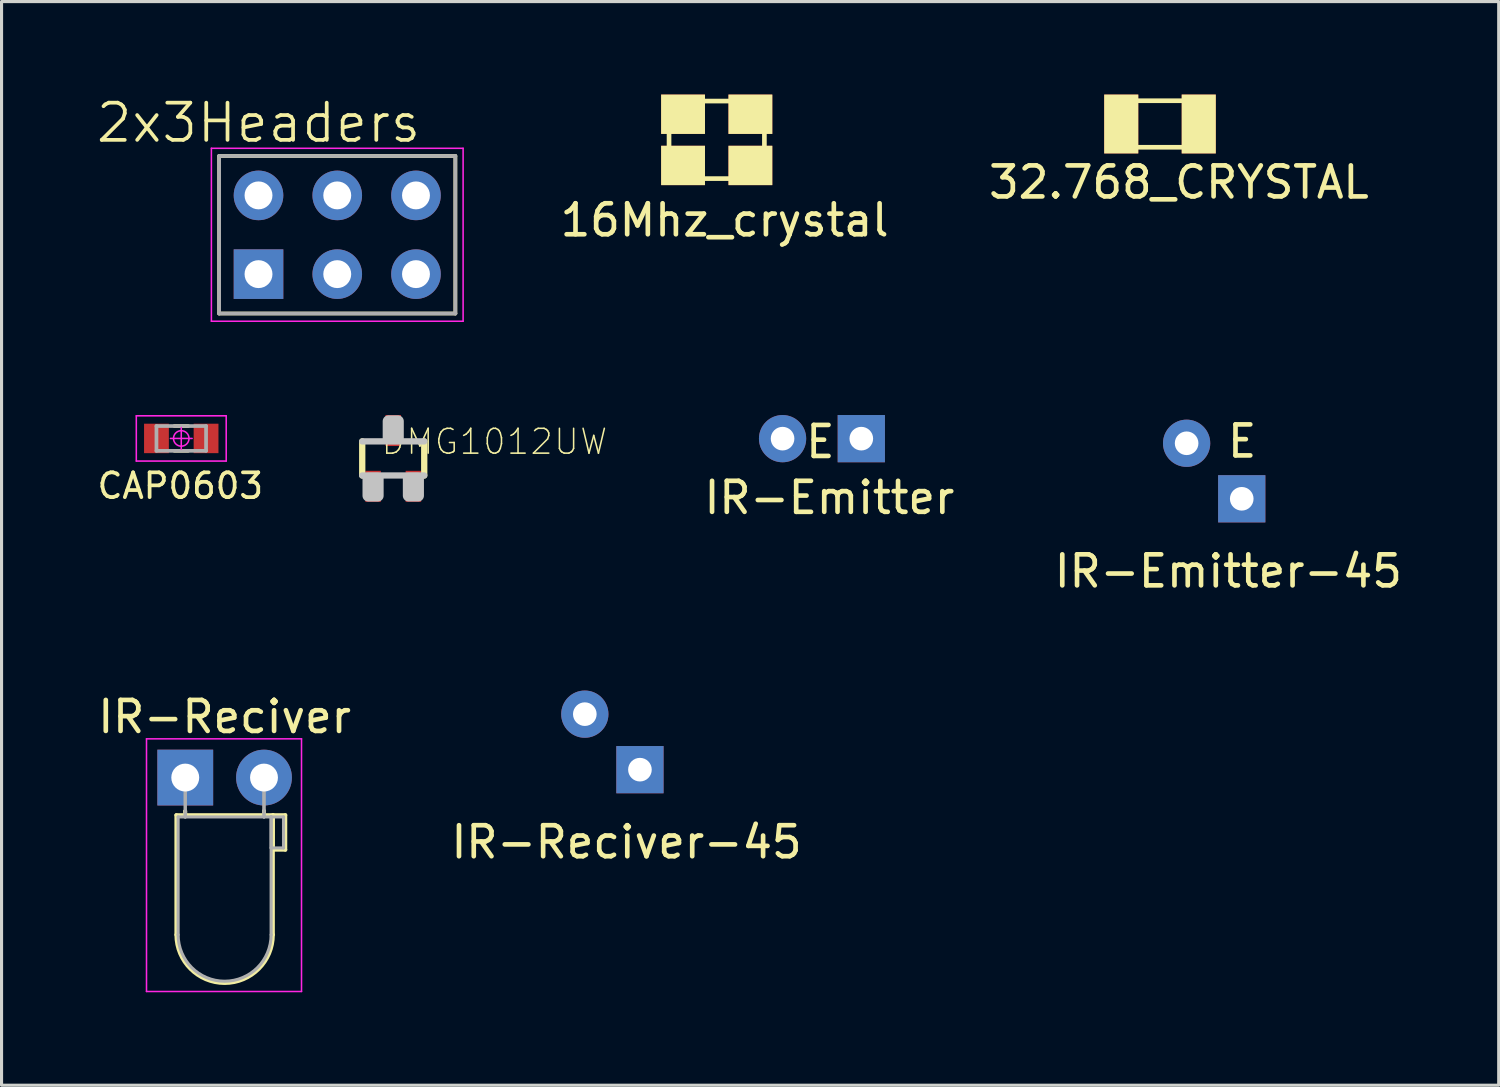
<source format=kicad_pcb>
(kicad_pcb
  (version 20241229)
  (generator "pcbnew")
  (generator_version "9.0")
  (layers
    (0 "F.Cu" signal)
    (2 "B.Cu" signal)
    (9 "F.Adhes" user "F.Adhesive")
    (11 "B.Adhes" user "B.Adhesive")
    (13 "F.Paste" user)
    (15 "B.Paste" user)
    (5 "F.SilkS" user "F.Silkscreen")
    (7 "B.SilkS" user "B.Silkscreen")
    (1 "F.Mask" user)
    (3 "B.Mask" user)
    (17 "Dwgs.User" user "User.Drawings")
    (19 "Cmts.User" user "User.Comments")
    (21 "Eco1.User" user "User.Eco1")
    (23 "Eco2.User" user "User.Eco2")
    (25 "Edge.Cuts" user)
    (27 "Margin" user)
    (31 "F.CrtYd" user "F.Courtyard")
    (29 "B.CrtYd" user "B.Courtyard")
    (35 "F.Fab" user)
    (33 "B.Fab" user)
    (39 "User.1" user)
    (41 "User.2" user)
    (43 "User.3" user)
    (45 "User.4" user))
  (footprint "16Mhz_crystal"
    (layer "F.Cu")
    (at 20.07 1.461)
    (property "Reference" "16Mhz_crystal" (at 0.254 2.591 0) (layer "F.SilkS") (effects (font (size 1 1) (thickness 0.15))))
    (attr through_hole)
    (fp_line (start -1.6 -1.25) (end 1.6 -1.25) (stroke (width 0.15) (type solid)) (layer "F.SilkS"))
    (fp_line (start -1.538 1.25) (end -1.538 -1.25) (stroke (width 0.15) (type solid)) (layer "F.SilkS"))
    (fp_line (start 1.538 -1.25) (end 1.538 1.25) (stroke (width 0.15) (type solid)) (layer "F.SilkS"))
    (fp_line (start 1.6 1.25) (end -1.6 1.25) (stroke (width 0.15) (type solid)) (layer "F.SilkS"))
    (pad "1" smd rect (at 1.086 -0.826) (size 1.415 1.27) (layers "F.Cu" "F.Mask" "F.SilkS" "F.Paste"))
    (pad "2" smd rect (at -1.086 -0.826) (size 1.415 1.27) (layers "F.Cu" "F.Mask" "F.SilkS" "F.Paste"))
    (pad "2" smd rect (at 1.086 0.826) (size 1.415 1.27) (layers "F.Cu" "F.Mask" "F.SilkS" "F.Paste"))
    (pad "3" smd rect (at -1.086 0.826) (size 1.415 1.27) (layers "F.Cu" "F.Mask" "F.SilkS" "F.Paste")))
  (footprint "2x3Headers"
    (layer "F.Cu")
    (at 5.289 5.793)
    (property "Reference" "2x3Headers" (at 0 -4.88 0) (layer "F.SilkS") (effects (font (size 1.2 1.2) (thickness 0.12))))
    (attr through_hole)
    (fp_line (start -1.27 -3.81) (end 6.35 -3.81) (stroke (width 0.12) (type solid)) (layer "F.SilkS"))
    (fp_line (start -1.27 1.27) (end -1.27 -3.81) (stroke (width 0.12) (type solid)) (layer "F.SilkS"))
    (fp_line (start 6.35 -3.81) (end 6.35 1.27) (stroke (width 0.12) (type solid)) (layer "F.SilkS"))
    (fp_line (start 6.35 1.27) (end -1.27 1.27) (stroke (width 0.12) (type solid)) (layer "F.SilkS"))
    (fp_line (start -1.52 -4.06) (end 6.6 -4.06) (stroke (width 0.05) (type solid)) (layer "F.CrtYd"))
    (fp_line (start -1.52 1.52) (end -1.52 -4.06) (stroke (width 0.05) (type solid)) (layer "F.CrtYd"))
    (fp_line (start 0 -0.35) (end 0 0.35) (stroke (width 0.05) (type solid)) (layer "F.CrtYd"))
    (fp_line (start 0.35 0) (end -0.35 0) (stroke (width 0.05) (type solid)) (layer "F.CrtYd"))
    (fp_line (start 6.6 -4.06) (end 6.6 1.52) (stroke (width 0.05) (type solid)) (layer "F.CrtYd"))
    (fp_line (start 6.6 1.52) (end -1.52 1.52) (stroke (width 0.05) (type solid)) (layer "F.CrtYd"))
    (fp_circle (center 0 0) (end 0 0.25) (stroke (width 0.05) (type solid)) (fill no) (layer "F.CrtYd"))
    (fp_line (start -1.27 -3.81) (end 6.35 -3.81) (stroke (width 0.12) (type solid)) (layer "F.Fab"))
    (fp_line (start -1.27 1.27) (end -1.27 -3.81) (stroke (width 0.12) (type solid)) (layer "F.Fab"))
    (fp_line (start 6.35 -3.81) (end 6.35 1.27) (stroke (width 0.12) (type solid)) (layer "F.Fab"))
    (fp_line (start 6.35 1.27) (end -1.27 1.27) (stroke (width 0.12) (type solid)) (layer "F.Fab"))
    (pad "1" thru_hole rect (at 0 0) (size 1.6 1.6) (drill 0.9) (layers "*.Cu" "*.Mask"))
    (pad "2" thru_hole circle (at 0 -2.54) (size 1.6 1.6) (drill 0.9) (layers "*.Cu" "*.Mask"))
    (pad "3" thru_hole circle (at 2.54 0) (size 1.6 1.6) (drill 0.9) (layers "*.Cu" "*.Mask"))
    (pad "4" thru_hole circle (at 2.54 -2.54) (size 1.6 1.6) (drill 0.9) (layers "*.Cu" "*.Mask"))
    (pad "5" thru_hole circle (at 5.08 0) (size 1.6 1.6) (drill 0.9) (layers "*.Cu" "*.Mask"))
    (pad "6" thru_hole circle (at 5.08 -2.54) (size 1.6 1.6) (drill 0.9) (layers "*.Cu" "*.Mask")))
  (footprint "IR-Emitter"
    (layer "F.Cu")
    (at 22.194 11.1)
    (property "Reference" "IR-Emitter" (at 1.511 1.905 0) (layer "F.SilkS") (effects (font (size 1 1) (thickness 0.15))))
    (attr through_hole)
    (fp_text user "E" (at 1.219 0.102 0) (layer "F.SilkS") (effects (font (size 1 1) (thickness 0.15))))
    (pad "1" thru_hole circle (at 0 0) (size 1.524 1.524) (drill 0.762) (layers "*.Cu" "*.Mask"))
    (pad "2" thru_hole trapezoid (at 2.54 0) (size 1.524 1.524) (drill 0.762) (layers "*.Cu" "*.Mask")))
  (footprint "IR-Emitter-45"
    (layer "F.Cu")
    (at 35.228 11.249)
    (property "Reference" "IR-Emitter-45" (at 1.346 4.128 0) (layer "F.SilkS") (effects (font (size 1 1) (thickness 0.15))))
    (attr through_hole)
    (fp_text user "E" (at 1.791 -0.064 0) (layer "F.SilkS") (effects (font (size 1 1) (thickness 0.15))))
    (pad "1" thru_hole circle (at 0 0) (size 1.524 1.524) (drill 0.762) (layers "*.Cu" "*.Mask"))
    (pad "2" thru_hole trapezoid (at 1.778 1.791) (size 1.524 1.524) (drill 0.762) (layers "*.Cu" "*.Mask")))
  (footprint "IR-Reciver-45"
    (layer "F.Cu")
    (at 15.815 19.987)
    (property "Reference" "IR-Reciver-45" (at 1.346 4.128 0) (layer "F.SilkS") (effects (font (size 1 1) (thickness 0.15))))
    (attr through_hole)
    (pad "1" thru_hole circle (at 0 0) (size 1.524 1.524) (drill 0.762) (layers "*.Cu" "*.Mask"))
    (pad "2" thru_hole trapezoid (at 1.778 1.791) (size 1.524 1.524) (drill 0.762) (layers "*.Cu" "*.Mask")))
  (footprint "DMG1012UW"
    (layer "F.Cu")
    (at 9.635 11.738)
    (property "Reference" "DMG1012UW" (at 3.263 -0.539 0) (layer "F.SilkS") (effects (font (size 0.801 0.801) (thickness 0.05))))
    (attr smd)
    (fp_line (start -1 -0.55) (end -1 0.55) (stroke (width 0.203) (type solid)) (layer "F.SilkS"))
    (fp_line (start 1 0.55) (end 1 -0.55) (stroke (width 0.203) (type solid)) (layer "F.SilkS"))
    (fp_line (start -1 0.55) (end 1 0.55) (stroke (width 0.203) (type solid)) (layer "Dwgs.User"))
    (fp_line (start 1 -0.55) (end -1 -0.55) (stroke (width 0.203) (type solid)) (layer "Dwgs.User"))
    (fp_poly (pts (xy -0.801 0.65) (xy -0.5 0.65) (xy -0.5 1.202) (xy -0.801 1.202)) (stroke (width 0.381) (type solid)) (fill no) (layer "Dwgs.User"))
    (fp_poly (pts (xy -0.15 -1.2) (xy 0.15 -1.2) (xy 0.15 -0.65) (xy -0.15 -0.65)) (stroke (width 0.381) (type solid)) (fill no) (layer "Dwgs.User"))
    (fp_poly (pts (xy 0.5 0.65) (xy 0.8 0.65) (xy 0.8 1.201) (xy 0.5 1.201)) (stroke (width 0.381) (type solid)) (fill no) (layer "Dwgs.User"))
    (pad "1" smd rect (at 0 -0.9) (size 0.5 1) (layers "F.Cu" "F.Mask" "F.Paste"))
    (pad "2" smd rect (at -0.65 0.9) (size 0.5 1) (layers "F.Cu" "F.Mask" "F.Paste"))
    (pad "3" smd rect (at 0.65 0.9) (size 0.5 1) (layers "F.Cu" "F.Mask" "F.Paste")))
  (footprint "CAP0603"
    (layer "F.Cu")
    (at 2.797 11.093)
    (property "Reference" "CAP0603" (at -0.03 1.53 0) (layer "F.SilkS") (effects (font (size 0.8 0.8) (thickness 0.12))))
    (attr smd)
    (fp_line (start -0.22 -0.4) (end 0.22 -0.4) (stroke (width 0.12) (type solid)) (layer "F.SilkS"))
    (fp_line (start -0.22 0.4) (end 0.22 0.4) (stroke (width 0.12) (type solid)) (layer "F.SilkS"))
    (fp_line (start -1.45 -0.73) (end 1.45 -0.73) (stroke (width 0.05) (type solid)) (layer "F.CrtYd"))
    (fp_line (start -1.45 0.73) (end -1.45 -0.73) (stroke (width 0.05) (type solid)) (layer "F.CrtYd"))
    (fp_line (start 0 -0.35) (end 0 0.35) (stroke (width 0.05) (type solid)) (layer "F.CrtYd"))
    (fp_line (start 0.35 0) (end -0.35 0) (stroke (width 0.05) (type solid)) (layer "F.CrtYd"))
    (fp_line (start 1.45 -0.73) (end 1.45 0.73) (stroke (width 0.05) (type solid)) (layer "F.CrtYd"))
    (fp_line (start 1.45 0.73) (end -1.45 0.73) (stroke (width 0.05) (type solid)) (layer "F.CrtYd"))
    (fp_circle (center 0 0) (end 0 0.25) (stroke (width 0.05) (type solid)) (fill no) (layer "F.CrtYd"))
    (fp_line (start -0.8 -0.4) (end 0.8 -0.4) (stroke (width 0.12) (type solid)) (layer "F.Fab"))
    (fp_line (start -0.8 0.4) (end -0.8 -0.4) (stroke (width 0.12) (type solid)) (layer "F.Fab"))
    (fp_line (start 0.8 -0.4) (end 0.8 0.4) (stroke (width 0.12) (type solid)) (layer "F.Fab"))
    (fp_line (start 0.8 0.4) (end -0.8 0.4) (stroke (width 0.12) (type solid)) (layer "F.Fab"))
    (pad "1" smd rect (at -0.8 0) (size 0.8 0.95) (layers "F.Cu" "F.Mask" "F.Paste"))
    (pad "2" smd rect (at 0.8 0) (size 0.8 0.95) (layers "F.Cu" "F.Mask" "F.Paste")))
  (footprint "IR-Reciver"
    (layer "F.Cu")
    (at 2.926 22.033)
    (property "Reference" "IR-Reciver" (at 1.27 -1.96 0) (layer "F.SilkS") (effects (font (size 1 1) (thickness 0.15))))
    (attr through_hole)
    (fp_line (start -0.29 1.21) (end -0.29 5.07) (stroke (width 0.12) (type solid)) (layer "F.SilkS"))
    (fp_line (start -0.29 1.21) (end 2.83 1.21) (stroke (width 0.12) (type solid)) (layer "F.SilkS"))
    (fp_line (start 0 1.08) (end 0 1.08) (stroke (width 0.12) (type solid)) (layer "F.SilkS"))
    (fp_line (start 0 1.08) (end 0 1.21) (stroke (width 0.12) (type solid)) (layer "F.SilkS"))
    (fp_line (start 0 1.21) (end 0 1.08) (stroke (width 0.12) (type solid)) (layer "F.SilkS"))
    (fp_line (start 0 1.21) (end 0 1.21) (stroke (width 0.12) (type solid)) (layer "F.SilkS"))
    (fp_line (start 2.54 1.08) (end 2.54 1.08) (stroke (width 0.12) (type solid)) (layer "F.SilkS"))
    (fp_line (start 2.54 1.08) (end 2.54 1.21) (stroke (width 0.12) (type solid)) (layer "F.SilkS"))
    (fp_line (start 2.54 1.21) (end 2.54 1.08) (stroke (width 0.12) (type solid)) (layer "F.SilkS"))
    (fp_line (start 2.54 1.21) (end 2.54 1.21) (stroke (width 0.12) (type solid)) (layer "F.SilkS"))
    (fp_line (start 2.83 1.21) (end 2.83 5.07) (stroke (width 0.12) (type solid)) (layer "F.SilkS"))
    (fp_line (start 2.83 1.21) (end 3.23 1.21) (stroke (width 0.12) (type solid)) (layer "F.SilkS"))
    (fp_line (start 2.83 2.33) (end 2.83 1.21) (stroke (width 0.12) (type solid)) (layer "F.SilkS"))
    (fp_line (start 3.23 1.21) (end 3.23 2.33) (stroke (width 0.12) (type solid)) (layer "F.SilkS"))
    (fp_line (start 3.23 2.33) (end 2.83 2.33) (stroke (width 0.12) (type solid)) (layer "F.SilkS"))
    (fp_arc (start 2.83 5.07) (mid 1.27 6.63) (end -0.29 5.07) (stroke (width 0.12) (type solid)) (layer "F.SilkS"))
    (fp_line (start -1.25 -1.25) (end -1.25 6.9) (stroke (width 0.05) (type solid)) (layer "F.CrtYd"))
    (fp_line (start -1.25 6.9) (end 3.75 6.9) (stroke (width 0.05) (type solid)) (layer "F.CrtYd"))
    (fp_line (start 3.75 -1.25) (end -1.25 -1.25) (stroke (width 0.05) (type solid)) (layer "F.CrtYd"))
    (fp_line (start 3.75 6.9) (end 3.75 -1.25) (stroke (width 0.05) (type solid)) (layer "F.CrtYd"))
    (fp_line (start -0.23 1.27) (end -0.23 5.07) (stroke (width 0.1) (type solid)) (layer "F.Fab"))
    (fp_line (start -0.23 1.27) (end 2.77 1.27) (stroke (width 0.1) (type solid)) (layer "F.Fab"))
    (fp_line (start 0 0) (end 0 0) (stroke (width 0.1) (type solid)) (layer "F.Fab"))
    (fp_line (start 0 0) (end 0 1.27) (stroke (width 0.1) (type solid)) (layer "F.Fab"))
    (fp_line (start 0 1.27) (end 0 0) (stroke (width 0.1) (type solid)) (layer "F.Fab"))
    (fp_line (start 0 1.27) (end 0 1.27) (stroke (width 0.1) (type solid)) (layer "F.Fab"))
    (fp_line (start 2.54 0) (end 2.54 0) (stroke (width 0.1) (type solid)) (layer "F.Fab"))
    (fp_line (start 2.54 0) (end 2.54 1.27) (stroke (width 0.1) (type solid)) (layer "F.Fab"))
    (fp_line (start 2.54 1.27) (end 2.54 0) (stroke (width 0.1) (type solid)) (layer "F.Fab"))
    (fp_line (start 2.54 1.27) (end 2.54 1.27) (stroke (width 0.1) (type solid)) (layer "F.Fab"))
    (fp_line (start 2.77 1.27) (end 2.77 5.07) (stroke (width 0.1) (type solid)) (layer "F.Fab"))
    (fp_line (start 2.77 1.27) (end 3.17 1.27) (stroke (width 0.1) (type solid)) (layer "F.Fab"))
    (fp_line (start 2.77 2.27) (end 2.77 1.27) (stroke (width 0.1) (type solid)) (layer "F.Fab"))
    (fp_line (start 3.17 1.27) (end 3.17 2.27) (stroke (width 0.1) (type solid)) (layer "F.Fab"))
    (fp_line (start 3.17 2.27) (end 2.77 2.27) (stroke (width 0.1) (type solid)) (layer "F.Fab"))
    (fp_arc (start 2.77 5.07) (mid 1.27 6.57) (end -0.23 5.07) (stroke (width 0.1) (type solid)) (layer "F.Fab"))
    (pad "1" thru_hole rect (at 0 0) (size 1.8 1.8) (drill 0.9) (layers "*.Cu" "*.Mask"))
    (pad "2" thru_hole circle (at 2.54 0) (size 1.8 1.8) (drill 0.9) (layers "*.Cu" "*.Mask")))
  (footprint "32.768_CRYSTAL"
    (layer "F.Cu")
    (at 34.369 0.95)
    (property "Reference" "32.768_CRYSTAL" (at 0.61 1.88 0) (layer "F.SilkS") (effects (font (size 1 1) (thickness 0.15))))
    (attr through_hole)
    (fp_line (start -1.6 -0.75) (end -1.6 0.75) (stroke (width 0.15) (type solid)) (layer "F.SilkS"))
    (fp_line (start -1.6 -0.75) (end 1.6 -0.75) (stroke (width 0.15) (type solid)) (layer "F.SilkS"))
    (fp_line (start -1.6 0.75) (end 1.6 0.75) (stroke (width 0.15) (type solid)) (layer "F.SilkS"))
    (fp_line (start 1.6 -0.75) (end 1.6 0.75) (stroke (width 0.15) (type solid)) (layer "F.SilkS"))
    (pad "1" smd rect (at 1.25 0) (size 1.1 1.9) (layers "F.Cu" "F.Mask" "F.SilkS" "F.Paste"))
    (pad "2" smd rect (at -1.25 0) (size 1.1 1.9) (layers "F.Cu" "F.Mask" "F.SilkS" "F.Paste")))
  (gr_rect
    (start -3 -3)
    (end 45.295 31.958)
    (stroke (width 0.1) (type default))
    (fill no)
    (layer "Edge.Cuts")))
</source>
